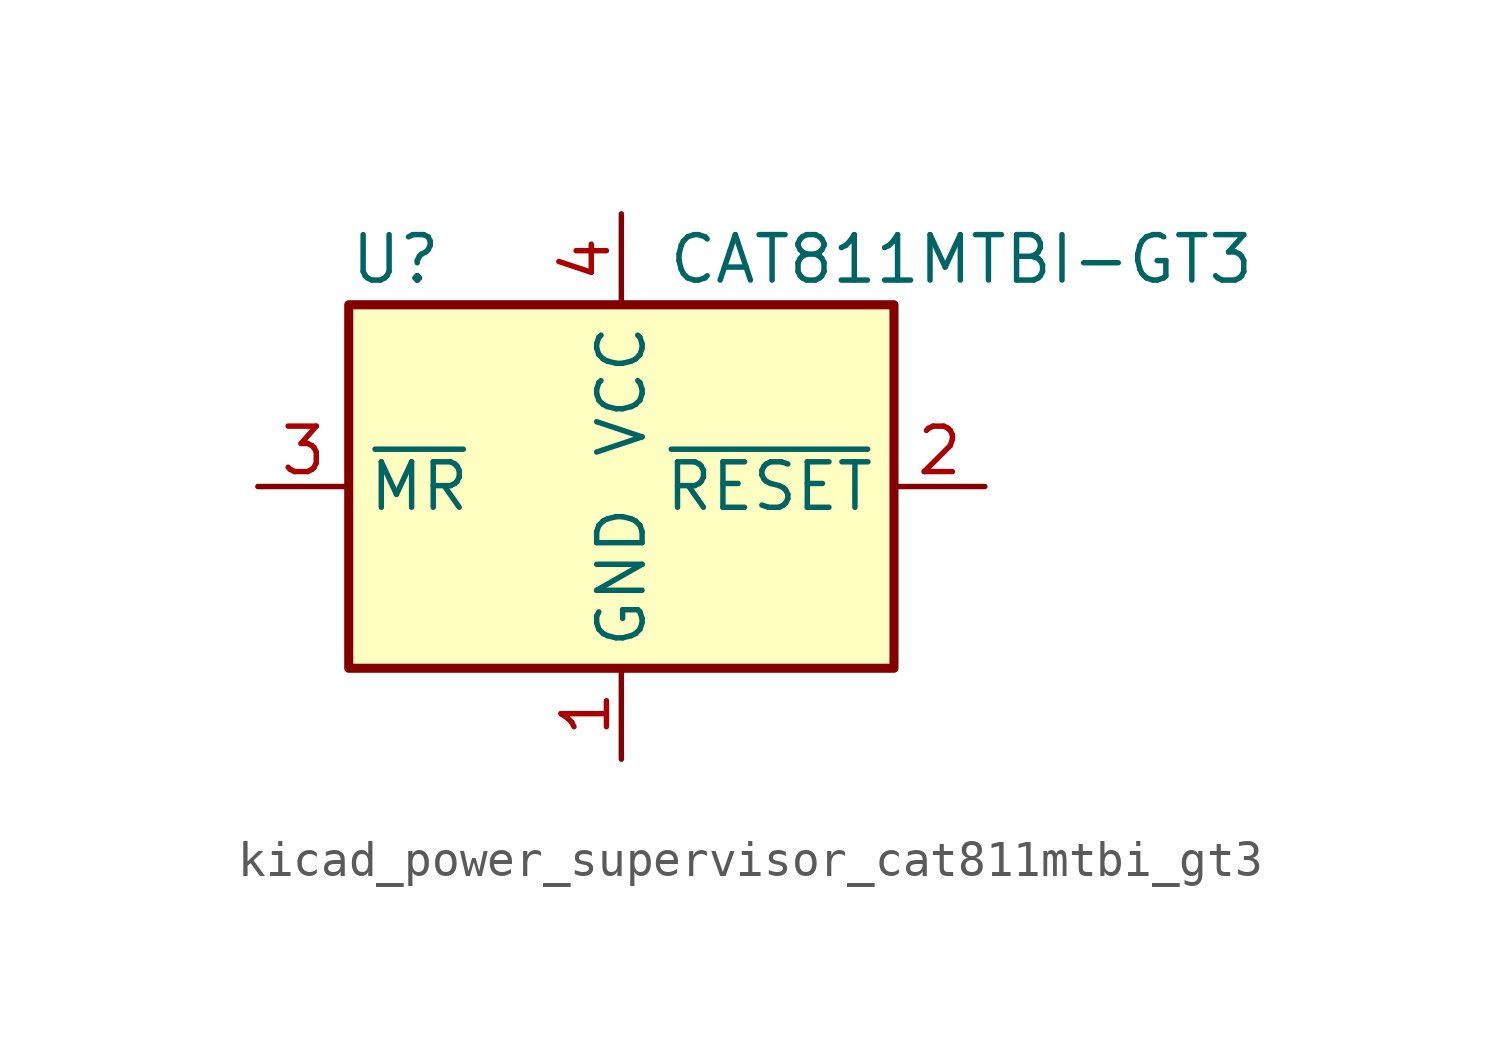
<source format=kicad_sym>
(kicad_symbol_lib
  (version 20220914)
  (generator kicad_symbol_editor)
  (symbol "kicad_power_supervisor_cat811mtbi_gt3"
    (property "Reference" "U"
      (at -7.62 6.35 0)
      (effects (font (size 1.27 1.27)) (justify left)))
    (property "Value" "CAT811MTBI-GT3"
      (at 1.27 6.35 0)
      (effects (font (size 1.27 1.27)) (justify left)))
    (symbol "kicad_power_supervisor_cat811mtbi_gt3_0_1"
      (rectangle (start -7.62 5.08) (end 7.62 -5.08) (stroke (width 0.254) (type default)) (fill (type background))))
    (symbol "kicad_power_supervisor_cat811mtbi_gt3_1_1"
      (pin power_in line (at 0 -7.62 90) (length 2.54) (name "GND" (effects (font (size 1.27 1.27)))) (number "1" (effects (font (size 1.27 1.27)))))
      (pin output line (at 10.16 0 180) (length 2.54) (name "~{RESET}" (effects (font (size 1.27 1.27)))) (number "2" (effects (font (size 1.27 1.27)))))
      (pin input line (at -10.16 0 0) (length 2.54) (name "~{MR}" (effects (font (size 1.27 1.27)))) (number "3" (effects (font (size 1.27 1.27)))))
      (pin power_in line (at 0 7.62 270) (length 2.54) (name "VCC" (effects (font (size 1.27 1.27)))) (number "4" (effects (font (size 1.27 1.27))))))))
</source>
